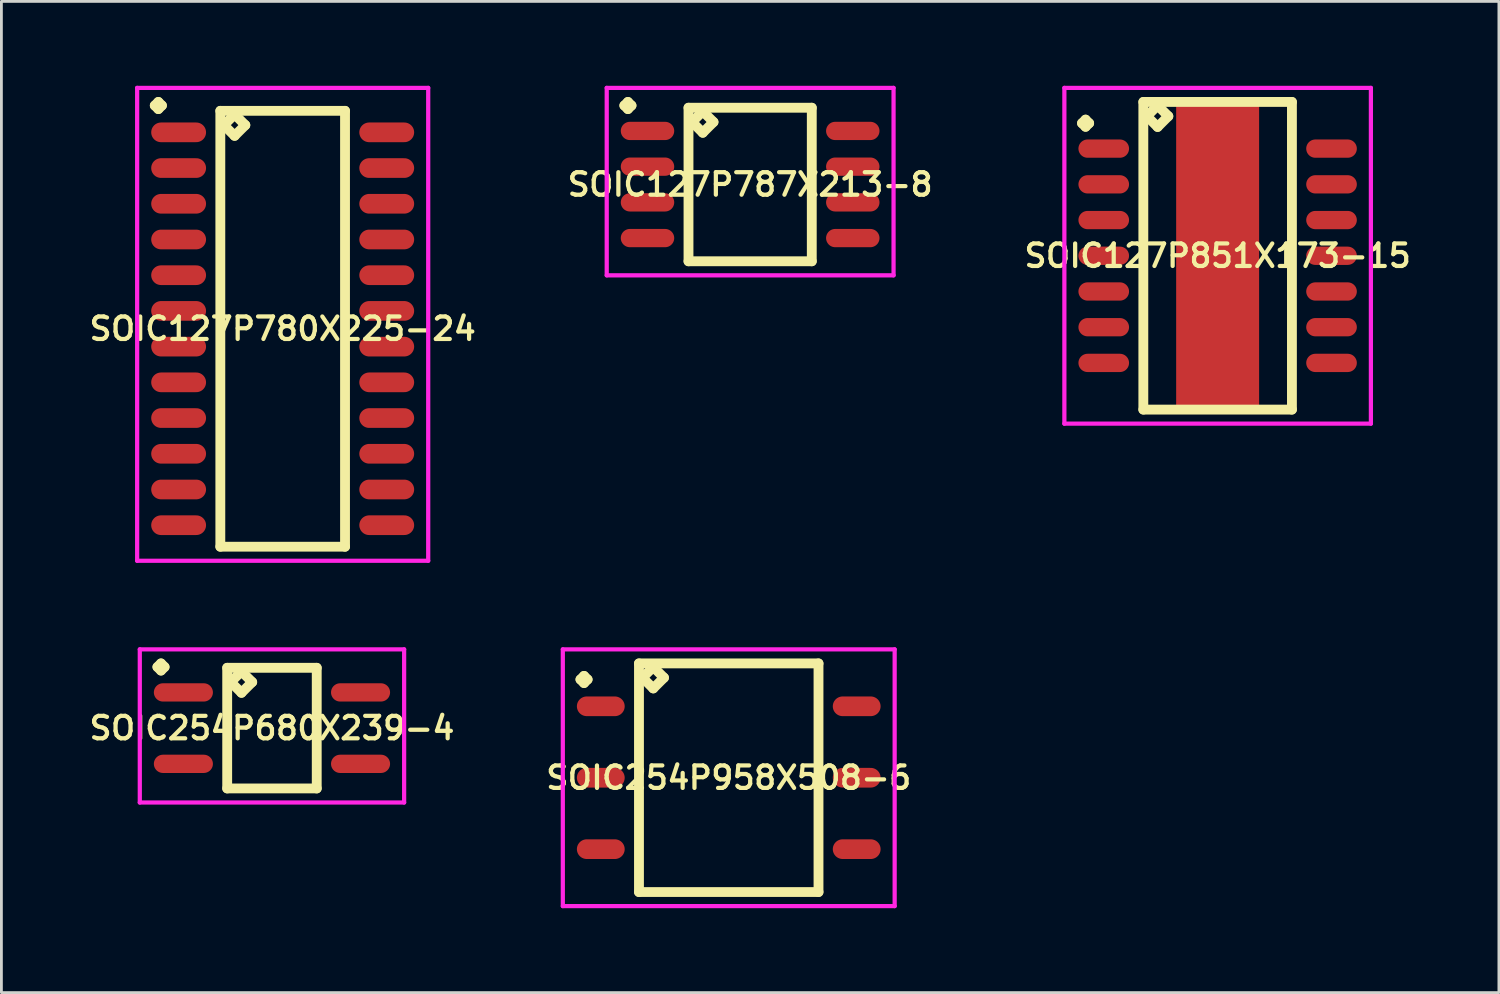
<source format=kicad_pcb>
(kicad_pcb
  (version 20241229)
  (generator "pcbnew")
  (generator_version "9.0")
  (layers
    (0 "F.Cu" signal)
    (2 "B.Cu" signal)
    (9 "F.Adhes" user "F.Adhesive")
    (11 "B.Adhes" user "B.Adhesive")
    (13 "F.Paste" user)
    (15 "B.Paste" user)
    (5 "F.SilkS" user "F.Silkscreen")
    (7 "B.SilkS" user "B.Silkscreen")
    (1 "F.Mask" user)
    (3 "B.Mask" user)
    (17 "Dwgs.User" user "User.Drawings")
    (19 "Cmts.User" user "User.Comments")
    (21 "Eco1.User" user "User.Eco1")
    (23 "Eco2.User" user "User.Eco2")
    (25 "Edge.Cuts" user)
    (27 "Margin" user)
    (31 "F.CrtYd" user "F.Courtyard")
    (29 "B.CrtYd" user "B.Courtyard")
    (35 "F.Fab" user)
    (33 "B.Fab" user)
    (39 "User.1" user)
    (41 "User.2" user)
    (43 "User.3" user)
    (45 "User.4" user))
  (footprint "SOIC127P780X225-24"
    (layer "F.Cu")
    (at 7.002 8.641)
    (property "Reference" "SOIC127P780X225-24" (at 0 0 0) (layer "F.SilkS") (effects (font (size 0.8 0.8) (thickness 0.15))))
    (attr through_hole)
    (fp_line (start -4.548 -7.939) (end -4.421 -8.066) (stroke (width 0.35) (type solid)) (layer "F.SilkS"))
    (fp_line (start -4.421 -8.066) (end -4.294 -7.939) (stroke (width 0.35) (type solid)) (layer "F.SilkS"))
    (fp_line (start -4.421 -7.812) (end -4.548 -7.939) (stroke (width 0.35) (type solid)) (layer "F.SilkS"))
    (fp_line (start -4.294 -7.939) (end -4.421 -7.812) (stroke (width 0.35) (type solid)) (layer "F.SilkS"))
    (fp_line (start -2.217 -7.75) (end -2.217 7.75) (stroke (width 0.35) (type solid)) (layer "F.SilkS"))
    (fp_line (start -2.217 7.75) (end 2.217 7.75) (stroke (width 0.35) (type solid)) (layer "F.SilkS"))
    (fp_line (start -2.09 -7.242) (end -1.709 -7.623) (stroke (width 0.35) (type solid)) (layer "F.SilkS"))
    (fp_line (start -1.709 -7.623) (end -1.328 -7.242) (stroke (width 0.35) (type solid)) (layer "F.SilkS"))
    (fp_line (start -1.709 -6.861) (end -2.09 -7.242) (stroke (width 0.35) (type solid)) (layer "F.SilkS"))
    (fp_line (start -1.328 -7.242) (end -1.709 -6.861) (stroke (width 0.35) (type solid)) (layer "F.SilkS"))
    (fp_line (start 2.217 -7.75) (end -2.217 -7.75) (stroke (width 0.35) (type solid)) (layer "F.SilkS"))
    (fp_line (start 2.217 7.75) (end 2.217 -7.75) (stroke (width 0.35) (type solid)) (layer "F.SilkS"))
    (fp_line (start -5.175 -8.566) (end 5.175 -8.566) (stroke (width 0.15) (type solid)) (layer "F.CrtYd"))
    (fp_line (start -5.175 8.25) (end -5.175 -8.566) (stroke (width 0.15) (type solid)) (layer "F.CrtYd"))
    (fp_line (start 5.175 -8.566) (end 5.175 8.25) (stroke (width 0.15) (type solid)) (layer "F.CrtYd"))
    (fp_line (start 5.175 8.25) (end -5.175 8.25) (stroke (width 0.15) (type solid)) (layer "F.CrtYd"))
    (pad "1" smd oval (at -3.7 -6.985) (size 1.95 0.7) (layers "F.Cu" "F.Mask" "F.Paste"))
    (pad "2" smd oval (at -3.7 -5.715) (size 1.95 0.7) (layers "F.Cu" "F.Mask" "F.Paste"))
    (pad "3" smd oval (at -3.7 -4.445) (size 1.95 0.7) (layers "F.Cu" "F.Mask" "F.Paste"))
    (pad "4" smd oval (at -3.7 -3.175) (size 1.95 0.7) (layers "F.Cu" "F.Mask" "F.Paste"))
    (pad "5" smd oval (at -3.7 -1.905) (size 1.95 0.7) (layers "F.Cu" "F.Mask" "F.Paste"))
    (pad "6" smd oval (at -3.7 -0.635) (size 1.95 0.7) (layers "F.Cu" "F.Mask" "F.Paste"))
    (pad "7" smd oval (at -3.7 0.635) (size 1.95 0.7) (layers "F.Cu" "F.Mask" "F.Paste"))
    (pad "8" smd oval (at -3.7 1.905) (size 1.95 0.7) (layers "F.Cu" "F.Mask" "F.Paste"))
    (pad "9" smd oval (at -3.7 3.175) (size 1.95 0.7) (layers "F.Cu" "F.Mask" "F.Paste"))
    (pad "10" smd oval (at -3.7 4.445) (size 1.95 0.7) (layers "F.Cu" "F.Mask" "F.Paste"))
    (pad "11" smd oval (at -3.7 5.715) (size 1.95 0.7) (layers "F.Cu" "F.Mask" "F.Paste"))
    (pad "12" smd oval (at -3.7 6.985) (size 1.95 0.7) (layers "F.Cu" "F.Mask" "F.Paste"))
    (pad "13" smd oval (at 3.7 6.985) (size 1.95 0.7) (layers "F.Cu" "F.Mask" "F.Paste"))
    (pad "14" smd oval (at 3.7 5.715) (size 1.95 0.7) (layers "F.Cu" "F.Mask" "F.Paste"))
    (pad "15" smd oval (at 3.7 4.445) (size 1.95 0.7) (layers "F.Cu" "F.Mask" "F.Paste"))
    (pad "16" smd oval (at 3.7 3.175) (size 1.95 0.7) (layers "F.Cu" "F.Mask" "F.Paste"))
    (pad "17" smd oval (at 3.7 1.905) (size 1.95 0.7) (layers "F.Cu" "F.Mask" "F.Paste"))
    (pad "18" smd oval (at 3.7 0.635) (size 1.95 0.7) (layers "F.Cu" "F.Mask" "F.Paste"))
    (pad "19" smd oval (at 3.7 -0.635) (size 1.95 0.7) (layers "F.Cu" "F.Mask" "F.Paste"))
    (pad "20" smd oval (at 3.7 -1.905) (size 1.95 0.7) (layers "F.Cu" "F.Mask" "F.Paste"))
    (pad "21" smd oval (at 3.7 -3.175) (size 1.95 0.7) (layers "F.Cu" "F.Mask" "F.Paste"))
    (pad "22" smd oval (at 3.7 -4.445) (size 1.95 0.7) (layers "F.Cu" "F.Mask" "F.Paste"))
    (pad "23" smd oval (at 3.7 -5.715) (size 1.95 0.7) (layers "F.Cu" "F.Mask" "F.Paste"))
    (pad "24" smd oval (at 3.7 -6.985) (size 1.95 0.7) (layers "F.Cu" "F.Mask" "F.Paste")))
  (footprint "SOIC254P680X239-4"
    (layer "F.Cu")
    (at 6.621 22.842)
    (property "Reference" "SOIC254P680X239-4" (at 0 0 0) (layer "F.SilkS") (effects (font (size 0.8 0.8) (thickness 0.15))))
    (attr smd)
    (fp_line (start -4.073 -2.174) (end -3.946 -2.301) (stroke (width 0.35) (type solid)) (layer "F.SilkS"))
    (fp_line (start -3.946 -2.301) (end -3.819 -2.174) (stroke (width 0.35) (type solid)) (layer "F.SilkS"))
    (fp_line (start -3.946 -2.047) (end -4.073 -2.174) (stroke (width 0.35) (type solid)) (layer "F.SilkS"))
    (fp_line (start -3.819 -2.174) (end -3.946 -2.047) (stroke (width 0.35) (type solid)) (layer "F.SilkS"))
    (fp_line (start -1.592 -2.145) (end -1.592 2.145) (stroke (width 0.35) (type solid)) (layer "F.SilkS"))
    (fp_line (start -1.592 2.145) (end 1.592 2.145) (stroke (width 0.35) (type solid)) (layer "F.SilkS"))
    (fp_line (start -1.465 -1.637) (end -1.084 -2.018) (stroke (width 0.35) (type solid)) (layer "F.SilkS"))
    (fp_line (start -1.084 -2.018) (end -0.703 -1.637) (stroke (width 0.35) (type solid)) (layer "F.SilkS"))
    (fp_line (start -1.084 -1.256) (end -1.465 -1.637) (stroke (width 0.35) (type solid)) (layer "F.SilkS"))
    (fp_line (start -0.703 -1.637) (end -1.084 -1.256) (stroke (width 0.35) (type solid)) (layer "F.SilkS"))
    (fp_line (start 1.592 -2.145) (end -1.592 -2.145) (stroke (width 0.35) (type solid)) (layer "F.SilkS"))
    (fp_line (start 1.592 2.145) (end 1.592 -2.145) (stroke (width 0.35) (type solid)) (layer "F.SilkS"))
    (fp_line (start -4.7 -2.801) (end 4.7 -2.801) (stroke (width 0.15) (type solid)) (layer "F.CrtYd"))
    (fp_line (start -4.7 2.645) (end -4.7 -2.801) (stroke (width 0.15) (type solid)) (layer "F.CrtYd"))
    (fp_line (start 4.7 -2.801) (end 4.7 2.645) (stroke (width 0.15) (type solid)) (layer "F.CrtYd"))
    (fp_line (start 4.7 2.645) (end -4.7 2.645) (stroke (width 0.15) (type solid)) (layer "F.CrtYd"))
    (pad "1" smd oval (at -3.15 -1.27) (size 2.1 0.65) (layers "F.Cu" "F.Mask" "F.Paste"))
    (pad "2" smd oval (at -3.15 1.27) (size 2.1 0.65) (layers "F.Cu" "F.Mask" "F.Paste"))
    (pad "3" smd oval (at 3.15 1.27) (size 2.1 0.65) (layers "F.Cu" "F.Mask" "F.Paste"))
    (pad "4" smd oval (at 3.15 -1.27) (size 2.1 0.65) (layers "F.Cu" "F.Mask" "F.Paste")))
  (footprint "SOIC127P787X213-8"
    (layer "F.Cu")
    (at 23.625 3.511)
    (property "Reference" "SOIC127P787X213-8" (at 0 0 0) (layer "F.SilkS") (effects (font (size 0.8 0.8) (thickness 0.15))))
    (attr smd)
    (fp_line (start -4.473 -2.809) (end -4.346 -2.936) (stroke (width 0.35) (type solid)) (layer "F.SilkS"))
    (fp_line (start -4.346 -2.936) (end -4.219 -2.809) (stroke (width 0.35) (type solid)) (layer "F.SilkS"))
    (fp_line (start -4.346 -2.682) (end -4.473 -2.809) (stroke (width 0.35) (type solid)) (layer "F.SilkS"))
    (fp_line (start -4.219 -2.809) (end -4.346 -2.682) (stroke (width 0.35) (type solid)) (layer "F.SilkS"))
    (fp_line (start -2.192 -2.73) (end -2.192 2.73) (stroke (width 0.35) (type solid)) (layer "F.SilkS"))
    (fp_line (start -2.192 2.73) (end 2.192 2.73) (stroke (width 0.35) (type solid)) (layer "F.SilkS"))
    (fp_line (start -2.065 -2.222) (end -1.684 -2.603) (stroke (width 0.35) (type solid)) (layer "F.SilkS"))
    (fp_line (start -1.684 -2.603) (end -1.303 -2.222) (stroke (width 0.35) (type solid)) (layer "F.SilkS"))
    (fp_line (start -1.684 -1.841) (end -2.065 -2.222) (stroke (width 0.35) (type solid)) (layer "F.SilkS"))
    (fp_line (start -1.303 -2.222) (end -1.684 -1.841) (stroke (width 0.35) (type solid)) (layer "F.SilkS"))
    (fp_line (start 2.192 -2.73) (end -2.192 -2.73) (stroke (width 0.35) (type solid)) (layer "F.SilkS"))
    (fp_line (start 2.192 2.73) (end 2.192 -2.73) (stroke (width 0.35) (type solid)) (layer "F.SilkS"))
    (fp_line (start -5.1 -3.436) (end 5.1 -3.436) (stroke (width 0.15) (type solid)) (layer "F.CrtYd"))
    (fp_line (start -5.1 3.23) (end -5.1 -3.436) (stroke (width 0.15) (type solid)) (layer "F.CrtYd"))
    (fp_line (start 5.1 -3.436) (end 5.1 3.23) (stroke (width 0.15) (type solid)) (layer "F.CrtYd"))
    (fp_line (start 5.1 3.23) (end -5.1 3.23) (stroke (width 0.15) (type solid)) (layer "F.CrtYd"))
    (pad "1" smd oval (at -3.65 -1.905) (size 1.9 0.65) (layers "F.Cu" "F.Mask" "F.Paste"))
    (pad "2" smd oval (at -3.65 -0.635) (size 1.9 0.65) (layers "F.Cu" "F.Mask" "F.Paste"))
    (pad "3" smd oval (at -3.65 0.635) (size 1.9 0.65) (layers "F.Cu" "F.Mask" "F.Paste"))
    (pad "4" smd oval (at -3.65 1.905) (size 1.9 0.65) (layers "F.Cu" "F.Mask" "F.Paste"))
    (pad "5" smd oval (at 3.65 1.905) (size 1.9 0.65) (layers "F.Cu" "F.Mask" "F.Paste"))
    (pad "6" smd oval (at 3.65 0.635) (size 1.9 0.65) (layers "F.Cu" "F.Mask" "F.Paste"))
    (pad "7" smd oval (at 3.65 -0.635) (size 1.9 0.65) (layers "F.Cu" "F.Mask" "F.Paste"))
    (pad "8" smd oval (at 3.65 -1.905) (size 1.9 0.65) (layers "F.Cu" "F.Mask" "F.Paste")))
  (footprint "SOIC127P851X173-15"
    (layer "F.Cu")
    (at 40.249 6.045)
    (property "Reference" "SOIC127P851X173-15" (at 0 0 0) (layer "F.SilkS") (effects (font (size 0.8 0.8) (thickness 0.15))))
    (attr through_hole)
    (fp_line (start -4.823 -4.714) (end -4.696 -4.841) (stroke (width 0.35) (type solid)) (layer "F.SilkS"))
    (fp_line (start -4.696 -4.841) (end -4.569 -4.714) (stroke (width 0.35) (type solid)) (layer "F.SilkS"))
    (fp_line (start -4.696 -4.587) (end -4.823 -4.714) (stroke (width 0.35) (type solid)) (layer "F.SilkS"))
    (fp_line (start -4.569 -4.714) (end -4.696 -4.587) (stroke (width 0.35) (type solid)) (layer "F.SilkS"))
    (fp_line (start -2.642 -5.47) (end -2.642 5.47) (stroke (width 0.35) (type solid)) (layer "F.SilkS"))
    (fp_line (start -2.642 5.47) (end 2.642 5.47) (stroke (width 0.35) (type solid)) (layer "F.SilkS"))
    (fp_line (start -2.515 -4.962) (end -2.134 -5.343) (stroke (width 0.35) (type solid)) (layer "F.SilkS"))
    (fp_line (start -2.134 -5.343) (end -1.753 -4.962) (stroke (width 0.35) (type solid)) (layer "F.SilkS"))
    (fp_line (start -2.134 -4.581) (end -2.515 -4.962) (stroke (width 0.35) (type solid)) (layer "F.SilkS"))
    (fp_line (start -1.753 -4.962) (end -2.134 -4.581) (stroke (width 0.35) (type solid)) (layer "F.SilkS"))
    (fp_line (start 2.642 -5.47) (end -2.642 -5.47) (stroke (width 0.35) (type solid)) (layer "F.SilkS"))
    (fp_line (start 2.642 5.47) (end 2.642 -5.47) (stroke (width 0.35) (type solid)) (layer "F.SilkS"))
    (fp_line (start -5.45 -5.97) (end 5.45 -5.97) (stroke (width 0.15) (type solid)) (layer "F.CrtYd"))
    (fp_line (start -5.45 5.97) (end -5.45 -5.97) (stroke (width 0.15) (type solid)) (layer "F.CrtYd"))
    (fp_line (start 5.45 -5.97) (end 5.45 5.97) (stroke (width 0.15) (type solid)) (layer "F.CrtYd"))
    (fp_line (start 5.45 5.97) (end -5.45 5.97) (stroke (width 0.15) (type solid)) (layer "F.CrtYd"))
    (pad "1" smd oval (at -4.05 -3.81) (size 1.8 0.65) (layers "F.Cu" "F.Mask" "F.Paste"))
    (pad "2" smd oval (at -4.05 -2.54) (size 1.8 0.65) (layers "F.Cu" "F.Mask" "F.Paste"))
    (pad "3" smd oval (at -4.05 -1.27) (size 1.8 0.65) (layers "F.Cu" "F.Mask" "F.Paste"))
    (pad "4" smd oval (at -4.05 0) (size 1.8 0.65) (layers "F.Cu" "F.Mask" "F.Paste"))
    (pad "5" smd oval (at -4.05 1.27) (size 1.8 0.65) (layers "F.Cu" "F.Mask" "F.Paste"))
    (pad "6" smd oval (at -4.05 2.54) (size 1.8 0.65) (layers "F.Cu" "F.Mask" "F.Paste"))
    (pad "7" smd oval (at -4.05 3.81) (size 1.8 0.65) (layers "F.Cu" "F.Mask" "F.Paste"))
    (pad "8" smd oval (at 4.05 3.81) (size 1.8 0.65) (layers "F.Cu" "F.Mask" "F.Paste"))
    (pad "9" smd oval (at 4.05 2.54) (size 1.8 0.65) (layers "F.Cu" "F.Mask" "F.Paste"))
    (pad "10" smd oval (at 4.05 1.27) (size 1.8 0.65) (layers "F.Cu" "F.Mask" "F.Paste"))
    (pad "11" smd oval (at 4.05 0) (size 1.8 0.65) (layers "F.Cu" "F.Mask" "F.Paste"))
    (pad "12" smd oval (at 4.05 -1.27) (size 1.8 0.65) (layers "F.Cu" "F.Mask" "F.Paste"))
    (pad "13" smd oval (at 4.05 -2.54) (size 1.8 0.65) (layers "F.Cu" "F.Mask" "F.Paste"))
    (pad "14" smd oval (at 4.05 -3.81) (size 1.8 0.65) (layers "F.Cu" "F.Mask" "F.Paste"))
    (pad "15" smd rect (at 0 0) (size 2.95 10.9) (layers "F.Cu" "F.Mask" "F.Paste")))
  (footprint "SOIC254P958X508-6"
    (layer "F.Cu")
    (at 22.864 24.606)
    (property "Reference" "SOIC254P958X508-6" (at 0 0 0) (layer "F.SilkS") (effects (font (size 0.8 0.8) (thickness 0.15))))
    (attr through_hole)
    (fp_line (start -5.273 -3.494) (end -5.146 -3.621) (stroke (width 0.35) (type solid)) (layer "F.SilkS"))
    (fp_line (start -5.146 -3.621) (end -5.019 -3.494) (stroke (width 0.35) (type solid)) (layer "F.SilkS"))
    (fp_line (start -5.146 -3.367) (end -5.273 -3.494) (stroke (width 0.35) (type solid)) (layer "F.SilkS"))
    (fp_line (start -5.019 -3.494) (end -5.146 -3.367) (stroke (width 0.35) (type solid)) (layer "F.SilkS"))
    (fp_line (start -3.192 -4.065) (end -3.192 4.065) (stroke (width 0.35) (type solid)) (layer "F.SilkS"))
    (fp_line (start -3.192 4.065) (end 3.192 4.065) (stroke (width 0.35) (type solid)) (layer "F.SilkS"))
    (fp_line (start -3.065 -3.557) (end -2.684 -3.938) (stroke (width 0.35) (type solid)) (layer "F.SilkS"))
    (fp_line (start -2.684 -3.938) (end -2.303 -3.557) (stroke (width 0.35) (type solid)) (layer "F.SilkS"))
    (fp_line (start -2.684 -3.176) (end -3.065 -3.557) (stroke (width 0.35) (type solid)) (layer "F.SilkS"))
    (fp_line (start -2.303 -3.557) (end -2.684 -3.176) (stroke (width 0.35) (type solid)) (layer "F.SilkS"))
    (fp_line (start 3.192 -4.065) (end -3.192 -4.065) (stroke (width 0.35) (type solid)) (layer "F.SilkS"))
    (fp_line (start 3.192 4.065) (end 3.192 -4.065) (stroke (width 0.35) (type solid)) (layer "F.SilkS"))
    (fp_line (start -5.9 -4.565) (end 5.9 -4.565) (stroke (width 0.15) (type solid)) (layer "F.CrtYd"))
    (fp_line (start -5.9 4.565) (end -5.9 -4.565) (stroke (width 0.15) (type solid)) (layer "F.CrtYd"))
    (fp_line (start 5.9 -4.565) (end 5.9 4.565) (stroke (width 0.15) (type solid)) (layer "F.CrtYd"))
    (fp_line (start 5.9 4.565) (end -5.9 4.565) (stroke (width 0.15) (type solid)) (layer "F.CrtYd"))
    (pad "1" smd oval (at -4.55 -2.54) (size 1.7 0.7) (layers "F.Cu" "F.Mask" "F.Paste"))
    (pad "2" smd oval (at -4.55 0) (size 1.7 0.7) (layers "F.Cu" "F.Mask" "F.Paste"))
    (pad "3" smd oval (at -4.55 2.54) (size 1.7 0.7) (layers "F.Cu" "F.Mask" "F.Paste"))
    (pad "4" smd oval (at 4.55 2.54) (size 1.7 0.7) (layers "F.Cu" "F.Mask" "F.Paste"))
    (pad "5" smd oval (at 4.55 0) (size 1.7 0.7) (layers "F.Cu" "F.Mask" "F.Paste"))
    (pad "6" smd oval (at 4.55 -2.54) (size 1.7 0.7) (layers "F.Cu" "F.Mask" "F.Paste")))
  (gr_rect
    (start -3 -3)
    (end 50.251 32.246)
    (stroke (width 0.1) (type default))
    (fill no)
    (layer "Edge.Cuts")))
</source>
